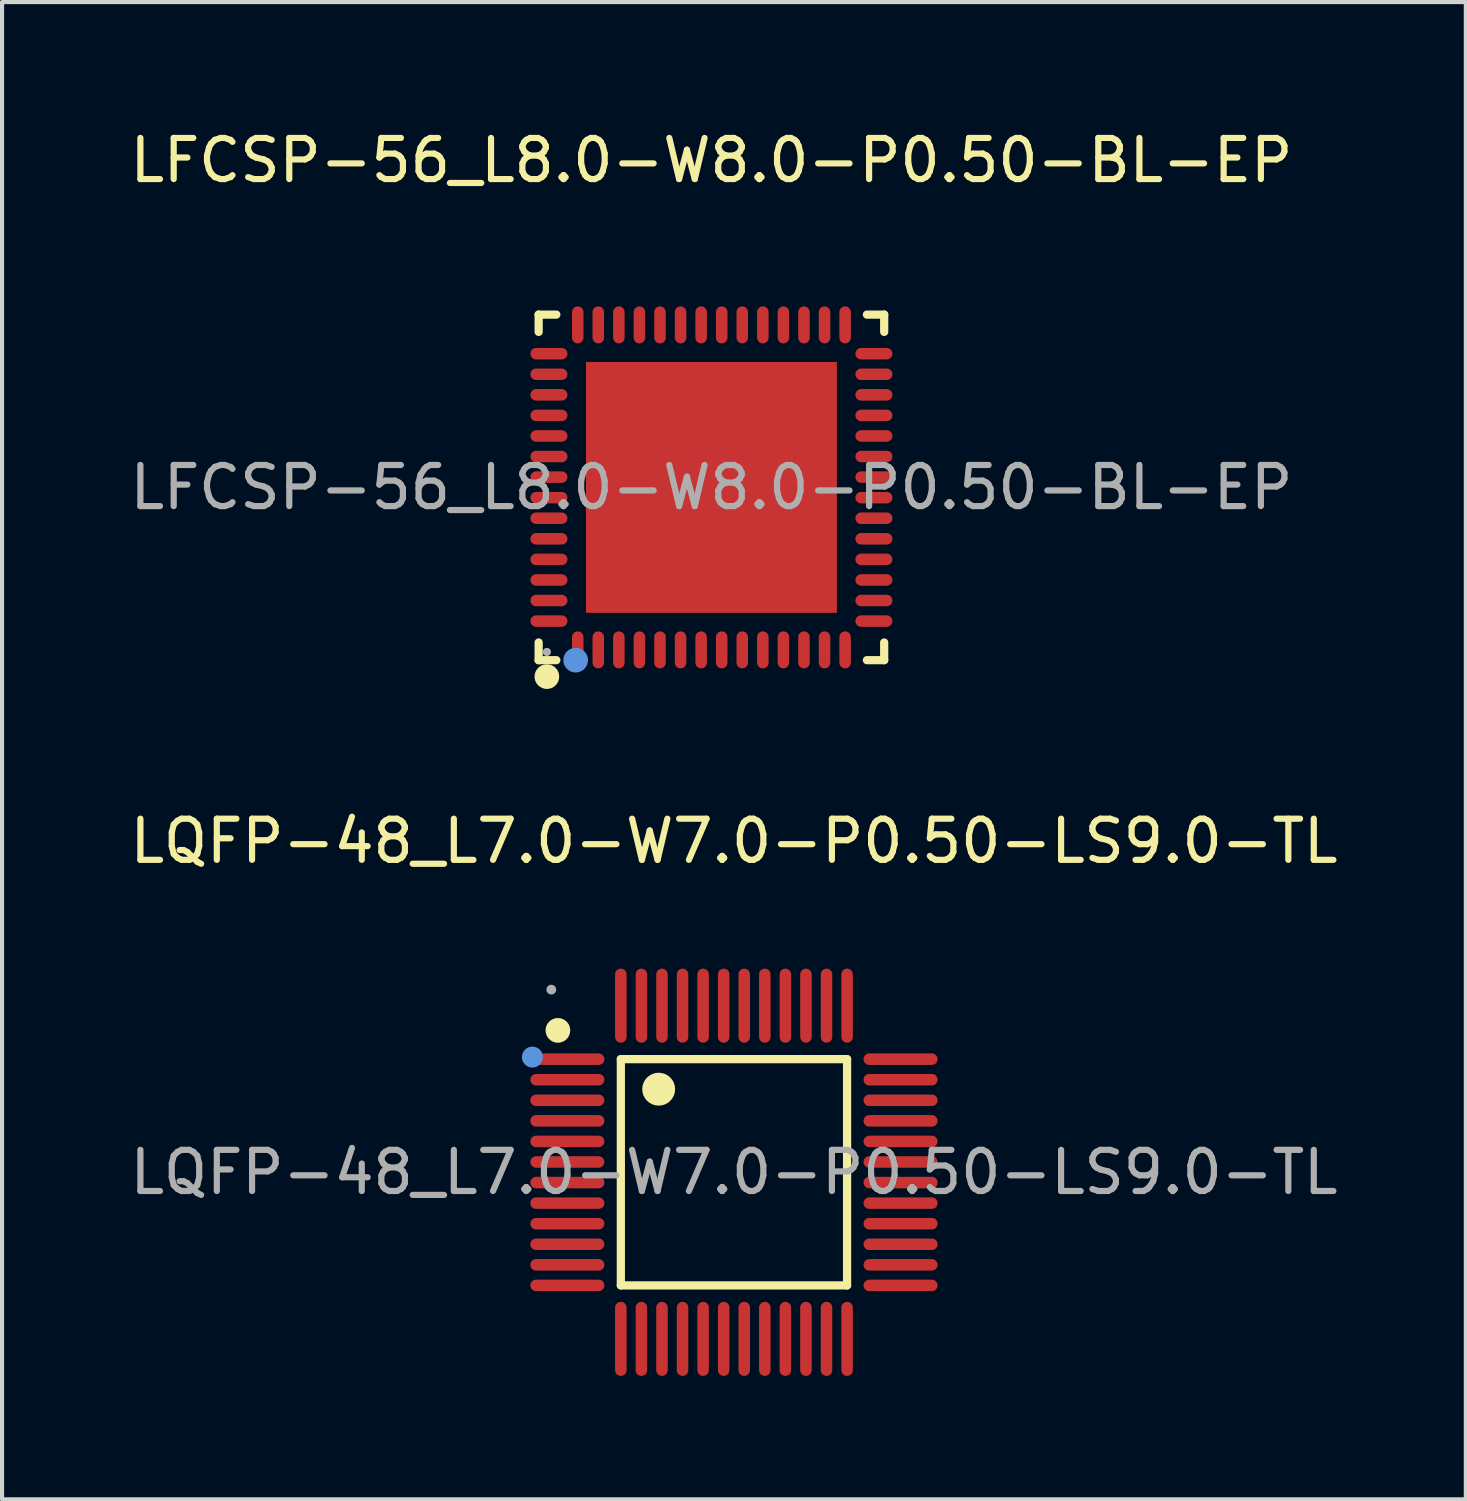
<source format=kicad_pcb>
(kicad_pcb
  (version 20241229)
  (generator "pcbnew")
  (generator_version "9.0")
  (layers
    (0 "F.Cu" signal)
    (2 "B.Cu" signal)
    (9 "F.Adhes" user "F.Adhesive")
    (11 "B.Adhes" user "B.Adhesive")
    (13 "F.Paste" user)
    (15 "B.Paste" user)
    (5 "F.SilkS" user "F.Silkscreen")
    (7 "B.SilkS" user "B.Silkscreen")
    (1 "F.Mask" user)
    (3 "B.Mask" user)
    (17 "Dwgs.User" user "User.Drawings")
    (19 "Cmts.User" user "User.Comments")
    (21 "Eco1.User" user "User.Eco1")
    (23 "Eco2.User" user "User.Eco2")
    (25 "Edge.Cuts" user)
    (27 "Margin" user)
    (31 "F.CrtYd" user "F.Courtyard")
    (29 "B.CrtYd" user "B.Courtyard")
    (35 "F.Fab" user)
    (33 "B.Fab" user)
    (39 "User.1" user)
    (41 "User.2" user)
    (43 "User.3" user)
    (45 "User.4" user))
  (footprint "LQFP-48_L7.0-W7.0-P0.50-LS9.0-TL"
    (layer "F.Cu")
    (at 14.792 25.447)
    (property "Reference" "LQFP-48_L7.0-W7.0-P0.50-LS9.0-TL" (at 0 -8.05 0) (layer "F.SilkS") (effects (font (size 1 1) (thickness 0.15))))
    (attr through_hole)
    (fp_line (start -2.75 -2.75) (end 2.75 -2.75) (stroke (width 0.2) (type solid)) (layer "F.SilkS"))
    (fp_line (start -2.75 2.75) (end -2.75 -2.75) (stroke (width 0.2) (type solid)) (layer "F.SilkS"))
    (fp_line (start 2.75 -2.75) (end 2.75 2.75) (stroke (width 0.2) (type solid)) (layer "F.SilkS"))
    (fp_line (start 2.75 2.75) (end -2.75 2.75) (stroke (width 0.2) (type solid)) (layer "F.SilkS"))
    (fp_arc (start -4.13 -3.44) (mid -4.43025 -3.454995) (end -4.129667 -3.450016) (stroke (width 0.3) (type solid)) (layer "F.SilkS"))
    (fp_arc (start -1.83 -2.02) (mid -1.83 -2.02) (end -1.83 -2.02) (stroke (width 0.4) (type solid)) (layer "F.SilkS"))
    (fp_circle (center -4.9 -2.8) (end -4.77 -2.8) (stroke (width 0.25) (type solid)) (fill no) (layer "Cmts.User"))
    (fp_circle (center -4.44 -4.44) (end -4.38 -4.44) (stroke (width 0.12) (type solid)) (fill no) (layer "F.Fab"))
    (fp_text user "${REFERENCE}" (at 0 0 0) (layer "F.Fab") (effects (font (size 1 1) (thickness 0.15))))
    (pad "1" smd oval (at -4.05 -2.75 90) (size 0.28 1.8) (layers "F.Cu" "F.Mask" "F.Paste"))
    (pad "2" smd oval (at -4.05 -2.25 90) (size 0.28 1.8) (layers "F.Cu" "F.Mask" "F.Paste"))
    (pad "3" smd oval (at -4.05 -1.75 90) (size 0.28 1.8) (layers "F.Cu" "F.Mask" "F.Paste"))
    (pad "4" smd oval (at -4.05 -1.25 90) (size 0.28 1.8) (layers "F.Cu" "F.Mask" "F.Paste"))
    (pad "5" smd oval (at -4.05 -0.75 90) (size 0.28 1.8) (layers "F.Cu" "F.Mask" "F.Paste"))
    (pad "6" smd oval (at -4.05 -0.25 90) (size 0.28 1.8) (layers "F.Cu" "F.Mask" "F.Paste"))
    (pad "7" smd oval (at -4.05 0.25 90) (size 0.28 1.8) (layers "F.Cu" "F.Mask" "F.Paste"))
    (pad "8" smd oval (at -4.05 0.75 90) (size 0.28 1.8) (layers "F.Cu" "F.Mask" "F.Paste"))
    (pad "9" smd oval (at -4.05 1.25 90) (size 0.28 1.8) (layers "F.Cu" "F.Mask" "F.Paste"))
    (pad "10" smd oval (at -4.05 1.75 90) (size 0.28 1.8) (layers "F.Cu" "F.Mask" "F.Paste"))
    (pad "11" smd oval (at -4.05 2.25 90) (size 0.28 1.8) (layers "F.Cu" "F.Mask" "F.Paste"))
    (pad "12" smd oval (at -4.05 2.75 90) (size 0.28 1.8) (layers "F.Cu" "F.Mask" "F.Paste"))
    (pad "13" smd oval (at -2.75 4.05) (size 0.28 1.8) (layers "F.Cu" "F.Mask" "F.Paste"))
    (pad "14" smd oval (at -2.25 4.05) (size 0.28 1.8) (layers "F.Cu" "F.Mask" "F.Paste"))
    (pad "15" smd oval (at -1.75 4.05) (size 0.28 1.8) (layers "F.Cu" "F.Mask" "F.Paste"))
    (pad "16" smd oval (at -1.25 4.05) (size 0.28 1.8) (layers "F.Cu" "F.Mask" "F.Paste"))
    (pad "17" smd oval (at -0.75 4.05) (size 0.28 1.8) (layers "F.Cu" "F.Mask" "F.Paste"))
    (pad "18" smd oval (at -0.25 4.05) (size 0.28 1.8) (layers "F.Cu" "F.Mask" "F.Paste"))
    (pad "19" smd oval (at 0.25 4.05) (size 0.28 1.8) (layers "F.Cu" "F.Mask" "F.Paste"))
    (pad "20" smd oval (at 0.75 4.05) (size 0.28 1.8) (layers "F.Cu" "F.Mask" "F.Paste"))
    (pad "21" smd oval (at 1.25 4.05) (size 0.28 1.8) (layers "F.Cu" "F.Mask" "F.Paste"))
    (pad "22" smd oval (at 1.75 4.05) (size 0.28 1.8) (layers "F.Cu" "F.Mask" "F.Paste"))
    (pad "23" smd oval (at 2.25 4.05) (size 0.28 1.8) (layers "F.Cu" "F.Mask" "F.Paste"))
    (pad "24" smd oval (at 2.75 4.05) (size 0.28 1.8) (layers "F.Cu" "F.Mask" "F.Paste"))
    (pad "25" smd oval (at 4.05 2.75 90) (size 0.28 1.8) (layers "F.Cu" "F.Mask" "F.Paste"))
    (pad "26" smd oval (at 4.05 2.25 90) (size 0.28 1.8) (layers "F.Cu" "F.Mask" "F.Paste"))
    (pad "27" smd oval (at 4.05 1.75 90) (size 0.28 1.8) (layers "F.Cu" "F.Mask" "F.Paste"))
    (pad "28" smd oval (at 4.05 1.25 90) (size 0.28 1.8) (layers "F.Cu" "F.Mask" "F.Paste"))
    (pad "29" smd oval (at 4.05 0.75 90) (size 0.28 1.8) (layers "F.Cu" "F.Mask" "F.Paste"))
    (pad "30" smd oval (at 4.05 0.25 90) (size 0.28 1.8) (layers "F.Cu" "F.Mask" "F.Paste"))
    (pad "31" smd oval (at 4.05 -0.25 90) (size 0.28 1.8) (layers "F.Cu" "F.Mask" "F.Paste"))
    (pad "32" smd oval (at 4.05 -0.75 90) (size 0.28 1.8) (layers "F.Cu" "F.Mask" "F.Paste"))
    (pad "33" smd oval (at 4.05 -1.25 90) (size 0.28 1.8) (layers "F.Cu" "F.Mask" "F.Paste"))
    (pad "34" smd oval (at 4.05 -1.75 90) (size 0.28 1.8) (layers "F.Cu" "F.Mask" "F.Paste"))
    (pad "35" smd oval (at 4.05 -2.25 90) (size 0.28 1.8) (layers "F.Cu" "F.Mask" "F.Paste"))
    (pad "36" smd oval (at 4.05 -2.75 90) (size 0.28 1.8) (layers "F.Cu" "F.Mask" "F.Paste"))
    (pad "37" smd oval (at 2.75 -4.05) (size 0.28 1.8) (layers "F.Cu" "F.Mask" "F.Paste"))
    (pad "38" smd oval (at 2.25 -4.05) (size 0.28 1.8) (layers "F.Cu" "F.Mask" "F.Paste"))
    (pad "39" smd oval (at 1.75 -4.05) (size 0.28 1.8) (layers "F.Cu" "F.Mask" "F.Paste"))
    (pad "40" smd oval (at 1.25 -4.05) (size 0.28 1.8) (layers "F.Cu" "F.Mask" "F.Paste"))
    (pad "41" smd oval (at 0.75 -4.05) (size 0.28 1.8) (layers "F.Cu" "F.Mask" "F.Paste"))
    (pad "42" smd oval (at 0.25 -4.05) (size 0.28 1.8) (layers "F.Cu" "F.Mask" "F.Paste"))
    (pad "43" smd oval (at -0.25 -4.05) (size 0.28 1.8) (layers "F.Cu" "F.Mask" "F.Paste"))
    (pad "44" smd oval (at -0.75 -4.05) (size 0.28 1.8) (layers "F.Cu" "F.Mask" "F.Paste"))
    (pad "45" smd oval (at -1.25 -4.05) (size 0.28 1.8) (layers "F.Cu" "F.Mask" "F.Paste"))
    (pad "46" smd oval (at -1.75 -4.05) (size 0.28 1.8) (layers "F.Cu" "F.Mask" "F.Paste"))
    (pad "47" smd oval (at -2.25 -4.05) (size 0.28 1.8) (layers "F.Cu" "F.Mask" "F.Paste"))
    (pad "48" smd oval (at -2.75 -4.05) (size 0.28 1.8) (layers "F.Cu" "F.Mask" "F.Paste")))
  (footprint "LFCSP-56_L8.0-W8.0-P0.50-BL-EP"
    (layer "F.Cu")
    (at 14.244 8.798)
    (property "Reference" "LFCSP-56_L8.0-W8.0-P0.50-BL-EP" (at 0 -7.95 0) (layer "F.SilkS") (effects (font (size 1 1) (thickness 0.15))))
    (attr through_hole)
    (fp_line (start -4.2 -4.2) (end -4.2 -3.78) (stroke (width 0.2) (type solid)) (layer "F.SilkS"))
    (fp_line (start -4.2 4.2) (end -4.2 3.77) (stroke (width 0.2) (type solid)) (layer "F.SilkS"))
    (fp_line (start -3.77 -4.2) (end -4.2 -4.2) (stroke (width 0.2) (type solid)) (layer "F.SilkS"))
    (fp_line (start -3.77 4.2) (end -4.2 4.2) (stroke (width 0.2) (type solid)) (layer "F.SilkS"))
    (fp_line (start 3.78 4.2) (end 4.2 4.2) (stroke (width 0.2) (type solid)) (layer "F.SilkS"))
    (fp_line (start 4.2 -4.2) (end 3.78 -4.2) (stroke (width 0.2) (type solid)) (layer "F.SilkS"))
    (fp_line (start 4.2 -3.78) (end 4.2 -4.2) (stroke (width 0.2) (type solid)) (layer "F.SilkS"))
    (fp_line (start 4.2 4.2) (end 4.2 3.77) (stroke (width 0.2) (type solid)) (layer "F.SilkS"))
    (fp_arc (start -4 4.6) (mid -4 4.6) (end -4 4.6) (stroke (width 0.3) (type solid)) (layer "F.SilkS"))
    (fp_circle (center -3.3 4.2) (end -3.15 4.2) (stroke (width 0.3) (type solid)) (fill no) (layer "Cmts.User"))
    (fp_circle (center -4 4) (end -3.95 4) (stroke (width 0.1) (type solid)) (fill no) (layer "F.Fab"))
    (fp_text user "${REFERENCE}" (at 0 0 0) (layer "F.Fab") (effects (font (size 1 1) (thickness 0.15))))
    (pad "1" smd oval (at -3.25 3.95 180) (size 0.28 0.9) (layers "F.Cu" "F.Mask" "F.Paste"))
    (pad "2" smd oval (at -2.75 3.95 180) (size 0.28 0.9) (layers "F.Cu" "F.Mask" "F.Paste"))
    (pad "3" smd oval (at -2.25 3.95 180) (size 0.28 0.9) (layers "F.Cu" "F.Mask" "F.Paste"))
    (pad "4" smd oval (at -1.75 3.95 180) (size 0.28 0.9) (layers "F.Cu" "F.Mask" "F.Paste"))
    (pad "5" smd oval (at -1.25 3.95 180) (size 0.28 0.9) (layers "F.Cu" "F.Mask" "F.Paste"))
    (pad "6" smd oval (at -0.75 3.95 180) (size 0.28 0.9) (layers "F.Cu" "F.Mask" "F.Paste"))
    (pad "7" smd oval (at -0.25 3.95 180) (size 0.28 0.9) (layers "F.Cu" "F.Mask" "F.Paste"))
    (pad "8" smd oval (at 0.25 3.95 180) (size 0.28 0.9) (layers "F.Cu" "F.Mask" "F.Paste"))
    (pad "9" smd oval (at 0.75 3.95 180) (size 0.28 0.9) (layers "F.Cu" "F.Mask" "F.Paste"))
    (pad "10" smd oval (at 1.25 3.95 180) (size 0.28 0.9) (layers "F.Cu" "F.Mask" "F.Paste"))
    (pad "11" smd oval (at 1.75 3.95 180) (size 0.28 0.9) (layers "F.Cu" "F.Mask" "F.Paste"))
    (pad "12" smd oval (at 2.25 3.95 180) (size 0.28 0.9) (layers "F.Cu" "F.Mask" "F.Paste"))
    (pad "13" smd oval (at 2.75 3.95 180) (size 0.28 0.9) (layers "F.Cu" "F.Mask" "F.Paste"))
    (pad "14" smd oval (at 3.25 3.95 180) (size 0.28 0.9) (layers "F.Cu" "F.Mask" "F.Paste"))
    (pad "15" smd oval (at 3.95 3.25 90) (size 0.28 0.9) (layers "F.Cu" "F.Mask" "F.Paste"))
    (pad "16" smd oval (at 3.95 2.75 90) (size 0.28 0.9) (layers "F.Cu" "F.Mask" "F.Paste"))
    (pad "17" smd oval (at 3.95 2.25 90) (size 0.28 0.9) (layers "F.Cu" "F.Mask" "F.Paste"))
    (pad "18" smd oval (at 3.95 1.75 90) (size 0.28 0.9) (layers "F.Cu" "F.Mask" "F.Paste"))
    (pad "19" smd oval (at 3.95 1.25 90) (size 0.28 0.9) (layers "F.Cu" "F.Mask" "F.Paste"))
    (pad "20" smd oval (at 3.95 0.75 90) (size 0.28 0.9) (layers "F.Cu" "F.Mask" "F.Paste"))
    (pad "21" smd oval (at 3.95 0.25 90) (size 0.28 0.9) (layers "F.Cu" "F.Mask" "F.Paste"))
    (pad "22" smd oval (at 3.95 -0.25 90) (size 0.28 0.9) (layers "F.Cu" "F.Mask" "F.Paste"))
    (pad "23" smd oval (at 3.95 -0.75 90) (size 0.28 0.9) (layers "F.Cu" "F.Mask" "F.Paste"))
    (pad "24" smd oval (at 3.95 -1.25 90) (size 0.28 0.9) (layers "F.Cu" "F.Mask" "F.Paste"))
    (pad "25" smd oval (at 3.95 -1.75 90) (size 0.28 0.9) (layers "F.Cu" "F.Mask" "F.Paste"))
    (pad "26" smd oval (at 3.95 -2.25 90) (size 0.28 0.9) (layers "F.Cu" "F.Mask" "F.Paste"))
    (pad "27" smd oval (at 3.95 -2.75 90) (size 0.28 0.9) (layers "F.Cu" "F.Mask" "F.Paste"))
    (pad "28" smd oval (at 3.95 -3.25 90) (size 0.28 0.9) (layers "F.Cu" "F.Mask" "F.Paste"))
    (pad "29" smd oval (at 3.25 -3.95 180) (size 0.28 0.9) (layers "F.Cu" "F.Mask" "F.Paste"))
    (pad "30" smd oval (at 2.75 -3.95 180) (size 0.28 0.9) (layers "F.Cu" "F.Mask" "F.Paste"))
    (pad "31" smd oval (at 2.25 -3.95 180) (size 0.28 0.9) (layers "F.Cu" "F.Mask" "F.Paste"))
    (pad "32" smd oval (at 1.75 -3.95 180) (size 0.28 0.9) (layers "F.Cu" "F.Mask" "F.Paste"))
    (pad "33" smd oval (at 1.25 -3.95 180) (size 0.28 0.9) (layers "F.Cu" "F.Mask" "F.Paste"))
    (pad "34" smd oval (at 0.75 -3.95 180) (size 0.28 0.9) (layers "F.Cu" "F.Mask" "F.Paste"))
    (pad "35" smd oval (at 0.25 -3.95 180) (size 0.28 0.9) (layers "F.Cu" "F.Mask" "F.Paste"))
    (pad "36" smd oval (at -0.25 -3.95 180) (size 0.28 0.9) (layers "F.Cu" "F.Mask" "F.Paste"))
    (pad "37" smd oval (at -0.75 -3.95 180) (size 0.28 0.9) (layers "F.Cu" "F.Mask" "F.Paste"))
    (pad "38" smd oval (at -1.25 -3.95 180) (size 0.28 0.9) (layers "F.Cu" "F.Mask" "F.Paste"))
    (pad "39" smd oval (at -1.75 -3.95 180) (size 0.28 0.9) (layers "F.Cu" "F.Mask" "F.Paste"))
    (pad "40" smd oval (at -2.25 -3.95 180) (size 0.28 0.9) (layers "F.Cu" "F.Mask" "F.Paste"))
    (pad "41" smd oval (at -2.75 -3.95 180) (size 0.28 0.9) (layers "F.Cu" "F.Mask" "F.Paste"))
    (pad "42" smd oval (at -3.25 -3.95 180) (size 0.28 0.9) (layers "F.Cu" "F.Mask" "F.Paste"))
    (pad "43" smd oval (at -3.95 -3.25 90) (size 0.28 0.9) (layers "F.Cu" "F.Mask" "F.Paste"))
    (pad "44" smd oval (at -3.95 -2.75 90) (size 0.28 0.9) (layers "F.Cu" "F.Mask" "F.Paste"))
    (pad "45" smd oval (at -3.95 -2.25 90) (size 0.28 0.9) (layers "F.Cu" "F.Mask" "F.Paste"))
    (pad "46" smd oval (at -3.95 -1.75 90) (size 0.28 0.9) (layers "F.Cu" "F.Mask" "F.Paste"))
    (pad "47" smd oval (at -3.95 -1.25 90) (size 0.28 0.9) (layers "F.Cu" "F.Mask" "F.Paste"))
    (pad "48" smd oval (at -3.95 -0.75 90) (size 0.28 0.9) (layers "F.Cu" "F.Mask" "F.Paste"))
    (pad "49" smd oval (at -3.95 -0.25 90) (size 0.28 0.9) (layers "F.Cu" "F.Mask" "F.Paste"))
    (pad "50" smd oval (at -3.95 0.25 90) (size 0.28 0.9) (layers "F.Cu" "F.Mask" "F.Paste"))
    (pad "51" smd oval (at -3.95 0.75 90) (size 0.28 0.9) (layers "F.Cu" "F.Mask" "F.Paste"))
    (pad "52" smd oval (at -3.95 1.25 90) (size 0.28 0.9) (layers "F.Cu" "F.Mask" "F.Paste"))
    (pad "53" smd oval (at -3.95 1.75 90) (size 0.28 0.9) (layers "F.Cu" "F.Mask" "F.Paste"))
    (pad "54" smd oval (at -3.95 2.25 90) (size 0.28 0.9) (layers "F.Cu" "F.Mask" "F.Paste"))
    (pad "55" smd oval (at -3.95 2.75 90) (size 0.28 0.9) (layers "F.Cu" "F.Mask" "F.Paste"))
    (pad "56" smd oval (at -3.95 3.25 90) (size 0.28 0.9) (layers "F.Cu" "F.Mask" "F.Paste"))
    (pad "57" smd rect (at 0 0 90) (size 6.1 6.1) (layers "F.Cu" "F.Mask" "F.Paste")))
  (gr_rect
    (start -3 -3)
    (end 32.583 33.397)
    (stroke (width 0.1) (type default))
    (fill no)
    (layer "Edge.Cuts")))
</source>
